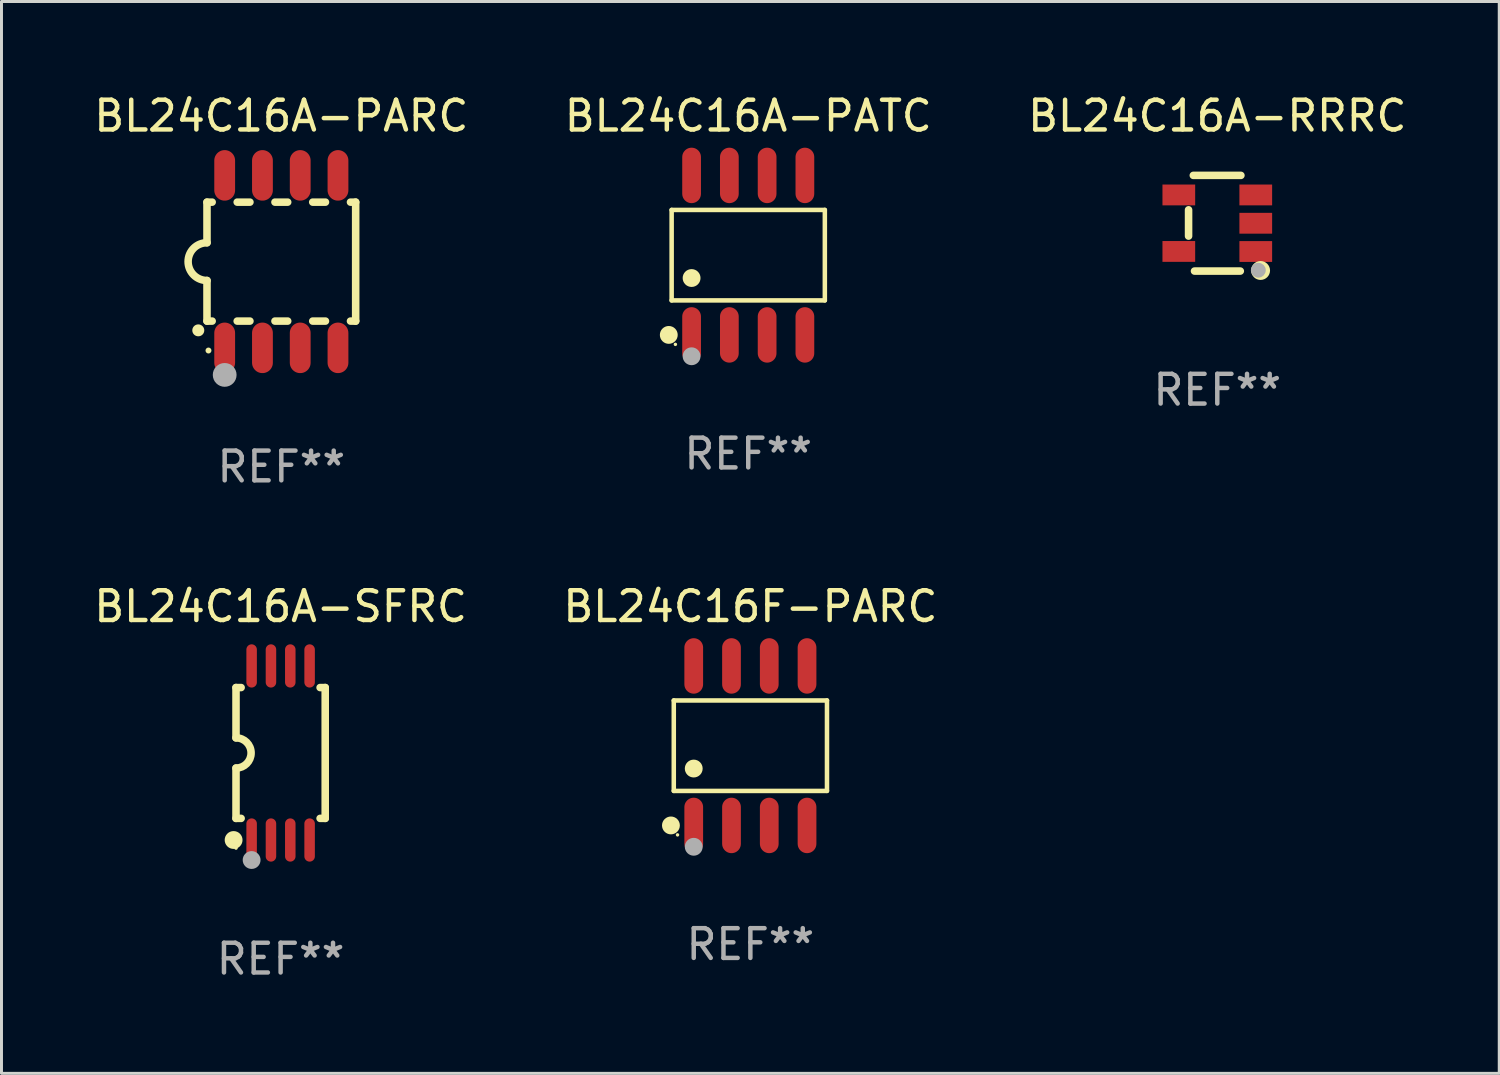
<source format=kicad_pcb>
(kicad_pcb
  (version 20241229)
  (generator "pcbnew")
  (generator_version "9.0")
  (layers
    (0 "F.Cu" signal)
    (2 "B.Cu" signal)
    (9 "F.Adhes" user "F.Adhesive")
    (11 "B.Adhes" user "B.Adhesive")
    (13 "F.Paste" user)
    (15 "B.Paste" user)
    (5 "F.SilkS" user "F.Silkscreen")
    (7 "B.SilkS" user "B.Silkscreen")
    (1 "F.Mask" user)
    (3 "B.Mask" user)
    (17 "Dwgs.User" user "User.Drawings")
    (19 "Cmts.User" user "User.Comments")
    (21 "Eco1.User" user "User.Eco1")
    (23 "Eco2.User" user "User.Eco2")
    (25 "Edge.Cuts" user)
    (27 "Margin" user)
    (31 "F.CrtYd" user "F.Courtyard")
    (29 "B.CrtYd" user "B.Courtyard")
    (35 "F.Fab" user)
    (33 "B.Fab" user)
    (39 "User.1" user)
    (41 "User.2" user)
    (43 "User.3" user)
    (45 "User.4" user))
  (footprint "BL24C16A-PATC"
    (layer "F.Cu")
    (at 22.113 5.531)
    (property "Reference" "BL24C16A-PATC" (at 0 -4.682 0) (layer "F.SilkS") (effects (font (size 1 1) (thickness 0.15))))
    (attr through_hole)
    (fp_line (start -2.576 -1.521) (end 2.576 -1.521) (stroke (width 0.152) (type solid)) (layer "F.SilkS"))
    (fp_line (start -2.576 1.521) (end -2.576 -1.521) (stroke (width 0.152) (type solid)) (layer "F.SilkS"))
    (fp_line (start 2.576 -1.521) (end 2.576 1.521) (stroke (width 0.152) (type solid)) (layer "F.SilkS"))
    (fp_line (start 2.576 1.521) (end -2.576 1.521) (stroke (width 0.152) (type solid)) (layer "F.SilkS"))
    (fp_circle (center -2.672 2.682) (end -2.522 2.682) (stroke (width 0.3) (type solid)) (fill no) (layer "F.SilkS"))
    (fp_circle (center -2.45 3) (end -2.42 3) (stroke (width 0.06) (type solid)) (fill no) (layer "F.SilkS"))
    (fp_circle (center -1.905 0.769) (end -1.755 0.769) (stroke (width 0.3) (type solid)) (fill no) (layer "F.SilkS"))
    (fp_circle (center -1.905 3.4) (end -1.755 3.4) (stroke (width 0.3) (type solid)) (fill no) (layer "F.Fab"))
    (fp_text user "REF**" (at 0 6.682 0) (layer "F.Fab") (effects (font (size 1 1) (thickness 0.15))))
    (pad "1" smd oval (at -1.905 2.682) (size 0.63 1.865) (layers "F.Cu" "F.Mask" "F.Paste"))
    (pad "2" smd oval (at -0.635 2.682) (size 0.63 1.865) (layers "F.Cu" "F.Mask" "F.Paste"))
    (pad "3" smd oval (at 0.635 2.682) (size 0.63 1.865) (layers "F.Cu" "F.Mask" "F.Paste"))
    (pad "4" smd oval (at 1.905 2.682) (size 0.63 1.865) (layers "F.Cu" "F.Mask" "F.Paste"))
    (pad "5" smd oval (at 1.905 -2.682) (size 0.63 1.865) (layers "F.Cu" "F.Mask" "F.Paste"))
    (pad "6" smd oval (at 0.635 -2.682) (size 0.63 1.865) (layers "F.Cu" "F.Mask" "F.Paste"))
    (pad "7" smd oval (at -0.635 -2.682) (size 0.63 1.865) (layers "F.Cu" "F.Mask" "F.Paste"))
    (pad "8" smd oval (at -1.905 -2.682) (size 0.63 1.865) (layers "F.Cu" "F.Mask" "F.Paste")))
  (footprint "BL24C16A-PARC"
    (layer "F.Cu")
    (at 6.411 5.748)
    (property "Reference" "BL24C16A-PARC" (at 0 -4.9 0) (layer "F.SilkS") (effects (font (size 1 1) (thickness 0.15))))
    (attr through_hole)
    (fp_line (start -2.5 -2) (end -2.5 -0.635) (stroke (width 0.254) (type solid)) (layer "F.SilkS"))
    (fp_line (start -2.5 -2) (end -2.326 -2) (stroke (width 0.254) (type solid)) (layer "F.SilkS"))
    (fp_line (start -2.5 2) (end -2.5 0.635) (stroke (width 0.254) (type solid)) (layer "F.SilkS"))
    (fp_line (start -2.5 2) (end -2.326 2) (stroke (width 0.254) (type solid)) (layer "F.SilkS"))
    (fp_line (start -1.484 -2) (end -1.056 -2) (stroke (width 0.254) (type solid)) (layer "F.SilkS"))
    (fp_line (start -1.484 2) (end -1.056 2) (stroke (width 0.254) (type solid)) (layer "F.SilkS"))
    (fp_line (start -0.214 -2) (end 0.214 -2) (stroke (width 0.254) (type solid)) (layer "F.SilkS"))
    (fp_line (start -0.214 2) (end 0.214 2) (stroke (width 0.254) (type solid)) (layer "F.SilkS"))
    (fp_line (start 1.056 -2) (end 1.484 -2) (stroke (width 0.254) (type solid)) (layer "F.SilkS"))
    (fp_line (start 1.056 2) (end 1.484 2) (stroke (width 0.254) (type solid)) (layer "F.SilkS"))
    (fp_line (start 2.326 -2) (end 2.5 -2) (stroke (width 0.254) (type solid)) (layer "F.SilkS"))
    (fp_line (start 2.326 2) (end 2.5 2) (stroke (width 0.254) (type solid)) (layer "F.SilkS"))
    (fp_line (start 2.5 -2) (end 2.5 2) (stroke (width 0.254) (type solid)) (layer "F.SilkS"))
    (fp_arc (start -2.794006 2.311405) (mid -2.792736 2.311401) (end -2.791466 2.311405) (stroke (width 0.4) (type solid)) (layer "F.SilkS"))
    (fp_arc (start -2.5 0.635001) (mid -3.134366 -0.000318) (end -2.499365 -0.635001) (stroke (width 0.254001) (type solid)) (layer "F.SilkS"))
    (fp_circle (center -2.45 2.99) (end -2.4 2.99) (stroke (width 0.1) (type solid)) (fill no) (layer "F.SilkS"))
    (fp_circle (center -1.905 3.81) (end -1.705 3.81) (stroke (width 0.4) (type solid)) (fill no) (layer "F.Fab"))
    (fp_text user "REF**" (at 0 6.9 0) (layer "F.Fab") (effects (font (size 1 1) (thickness 0.15))))
    (pad "1" smd oval (at -1.905 2.9 180) (size 0.7 1.7) (layers "F.Cu" "F.Mask" "F.Paste"))
    (pad "2" smd oval (at -0.635 2.9 180) (size 0.7 1.7) (layers "F.Cu" "F.Mask" "F.Paste"))
    (pad "3" smd oval (at 0.635 2.9 180) (size 0.7 1.7) (layers "F.Cu" "F.Mask" "F.Paste"))
    (pad "4" smd oval (at 1.905 2.9 180) (size 0.7 1.7) (layers "F.Cu" "F.Mask" "F.Paste"))
    (pad "5" smd oval (at 1.905 -2.9 180) (size 0.7 1.7) (layers "F.Cu" "F.Mask" "F.Paste"))
    (pad "6" smd oval (at 0.635 -2.9 180) (size 0.7 1.7) (layers "F.Cu" "F.Mask" "F.Paste"))
    (pad "7" smd oval (at -0.635 -2.9 180) (size 0.7 1.7) (layers "F.Cu" "F.Mask" "F.Paste"))
    (pad "8" smd oval (at -1.905 -2.9 180) (size 0.7 1.7) (layers "F.Cu" "F.Mask" "F.Paste")))
  (footprint "BL24C16A-SFRC"
    (layer "F.Cu")
    (at 6.387 22.272)
    (property "Reference" "BL24C16A-SFRC" (at 0 -4.927 0) (layer "F.SilkS") (effects (font (size 1 1) (thickness 0.15))))
    (attr through_hole)
    (fp_line (start -1.5 -2.2) (end -1.5 -0.508) (stroke (width 0.254) (type solid)) (layer "F.SilkS"))
    (fp_line (start -1.5 -2.2) (end -1.328 -2.2) (stroke (width 0.254) (type solid)) (layer "F.SilkS"))
    (fp_line (start -1.5 2.2) (end -1.5 0.508) (stroke (width 0.254) (type solid)) (layer "F.SilkS"))
    (fp_line (start -1.5 2.2) (end -1.328 2.2) (stroke (width 0.254) (type solid)) (layer "F.SilkS"))
    (fp_line (start 1.328 -2.2) (end 1.5 -2.2) (stroke (width 0.254) (type solid)) (layer "F.SilkS"))
    (fp_line (start 1.328 2.2) (end 1.5 2.2) (stroke (width 0.254) (type solid)) (layer "F.SilkS"))
    (fp_line (start 1.5 -2.2) (end 1.5 2.2) (stroke (width 0.254) (type solid)) (layer "F.SilkS"))
    (fp_arc (start -1.501144 -0.508) (mid -0.993143 -0.000571) (end -1.5 0.508001) (stroke (width 0.254001) (type solid)) (layer "F.SilkS"))
    (fp_circle (center -1.581 2.927) (end -1.431 2.927) (stroke (width 0.3) (type solid)) (fill no) (layer "F.SilkS"))
    (fp_circle (center -1.5 3.2) (end -1.47 3.2) (stroke (width 0.06) (type solid)) (fill no) (layer "F.SilkS"))
    (fp_circle (center -0.975 3.6) (end -0.825 3.6) (stroke (width 0.3) (type solid)) (fill no) (layer "F.Fab"))
    (fp_text user "REF**" (at 0 6.927 0) (layer "F.Fab") (effects (font (size 1 1) (thickness 0.15))))
    (pad "1" smd oval (at -0.975 2.927) (size 0.353 1.454) (layers "F.Cu" "F.Mask" "F.Paste"))
    (pad "2" smd oval (at -0.325 2.927) (size 0.353 1.454) (layers "F.Cu" "F.Mask" "F.Paste"))
    (pad "3" smd oval (at 0.325 2.927) (size 0.353 1.454) (layers "F.Cu" "F.Mask" "F.Paste"))
    (pad "4" smd oval (at 0.975 2.927) (size 0.353 1.454) (layers "F.Cu" "F.Mask" "F.Paste"))
    (pad "5" smd oval (at 0.975 -2.927) (size 0.353 1.454) (layers "F.Cu" "F.Mask" "F.Paste"))
    (pad "6" smd oval (at 0.325 -2.927) (size 0.353 1.454) (layers "F.Cu" "F.Mask" "F.Paste"))
    (pad "7" smd oval (at -0.325 -2.927) (size 0.353 1.454) (layers "F.Cu" "F.Mask" "F.Paste"))
    (pad "8" smd oval (at -0.975 -2.927) (size 0.353 1.454) (layers "F.Cu" "F.Mask" "F.Paste")))
  (footprint "BL24C16F-PARC"
    (layer "F.Cu")
    (at 22.185 22.027)
    (property "Reference" "BL24C16F-PARC" (at 0 -4.682 0) (layer "F.SilkS") (effects (font (size 1 1) (thickness 0.15))))
    (attr through_hole)
    (fp_line (start -2.576 -1.521) (end 2.576 -1.521) (stroke (width 0.152) (type solid)) (layer "F.SilkS"))
    (fp_line (start -2.576 1.521) (end -2.576 -1.521) (stroke (width 0.152) (type solid)) (layer "F.SilkS"))
    (fp_line (start 2.576 -1.521) (end 2.576 1.521) (stroke (width 0.152) (type solid)) (layer "F.SilkS"))
    (fp_line (start 2.576 1.521) (end -2.576 1.521) (stroke (width 0.152) (type solid)) (layer "F.SilkS"))
    (fp_circle (center -2.672 2.682) (end -2.522 2.682) (stroke (width 0.3) (type solid)) (fill no) (layer "F.SilkS"))
    (fp_circle (center -2.45 3) (end -2.42 3) (stroke (width 0.06) (type solid)) (fill no) (layer "F.SilkS"))
    (fp_circle (center -1.905 0.769) (end -1.755 0.769) (stroke (width 0.3) (type solid)) (fill no) (layer "F.SilkS"))
    (fp_circle (center -1.905 3.4) (end -1.755 3.4) (stroke (width 0.3) (type solid)) (fill no) (layer "F.Fab"))
    (fp_text user "REF**" (at 0 6.682 0) (layer "F.Fab") (effects (font (size 1 1) (thickness 0.15))))
    (pad "1" smd oval (at -1.905 2.682) (size 0.63 1.865) (layers "F.Cu" "F.Mask" "F.Paste"))
    (pad "2" smd oval (at -0.635 2.682) (size 0.63 1.865) (layers "F.Cu" "F.Mask" "F.Paste"))
    (pad "3" smd oval (at 0.635 2.682) (size 0.63 1.865) (layers "F.Cu" "F.Mask" "F.Paste"))
    (pad "4" smd oval (at 1.905 2.682) (size 0.63 1.865) (layers "F.Cu" "F.Mask" "F.Paste"))
    (pad "5" smd oval (at 1.905 -2.682) (size 0.63 1.865) (layers "F.Cu" "F.Mask" "F.Paste"))
    (pad "6" smd oval (at 0.635 -2.682) (size 0.63 1.865) (layers "F.Cu" "F.Mask" "F.Paste"))
    (pad "7" smd oval (at -0.635 -2.682) (size 0.63 1.865) (layers "F.Cu" "F.Mask" "F.Paste"))
    (pad "8" smd oval (at -1.905 -2.682) (size 0.63 1.865) (layers "F.Cu" "F.Mask" "F.Paste")))
  (footprint "BL24C16A-RRRC"
    (layer "F.Cu")
    (at 37.887 4.457)
    (property "Reference" "BL24C16A-RRRC" (at 0 -3.609 0) (layer "F.SilkS") (effects (font (size 1 1) (thickness 0.15))))
    (attr through_hole)
    (fp_line (start -0.966 0.433) (end -0.966 -0.451) (stroke (width 0.254) (type solid)) (layer "F.SilkS"))
    (fp_line (start -0.806 -1.609) (end 0.794 -1.609) (stroke (width 0.254) (type solid)) (layer "F.SilkS"))
    (fp_line (start -0.766 1.609) (end 0.774 1.609) (stroke (width 0.254) (type solid)) (layer "F.SilkS"))
    (fp_circle (center 1.4 1.45) (end 1.43 1.45) (stroke (width 0.06) (type solid)) (fill no) (layer "F.SilkS"))
    (fp_circle (center 1.456 1.589) (end 1.52 1.589) (stroke (width 0.254) (type solid)) (fill no) (layer "F.SilkS"))
    (fp_circle (center 1.38 1.58) (end 1.505 1.58) (stroke (width 0.25) (type solid)) (fill no) (layer "F.Fab"))
    (fp_text user "REF**" (at 0 5.609 0) (layer "F.Fab") (effects (font (size 1 1) (thickness 0.15))))
    (pad "1" smd rect (at 1.294 0.951) (size 1.1 0.7) (layers "F.Cu" "F.Mask" "F.Paste"))
    (pad "2" smd rect (at 1.294 0.001) (size 1.1 0.7) (layers "F.Cu" "F.Mask" "F.Paste"))
    (pad "3" smd rect (at 1.294 -0.951) (size 1.1 0.7) (layers "F.Cu" "F.Mask" "F.Paste"))
    (pad "4" smd rect (at -1.294 -0.951 180) (size 1.1 0.7) (layers "F.Cu" "F.Mask" "F.Paste"))
    (pad "5" smd rect (at -1.294 0.949 180) (size 1.1 0.7) (layers "F.Cu" "F.Mask" "F.Paste")))
  (gr_rect
    (start -3 -3)
    (end 47.369 33.047)
    (stroke (width 0.1) (type default))
    (fill no)
    (layer "Edge.Cuts")))
</source>
